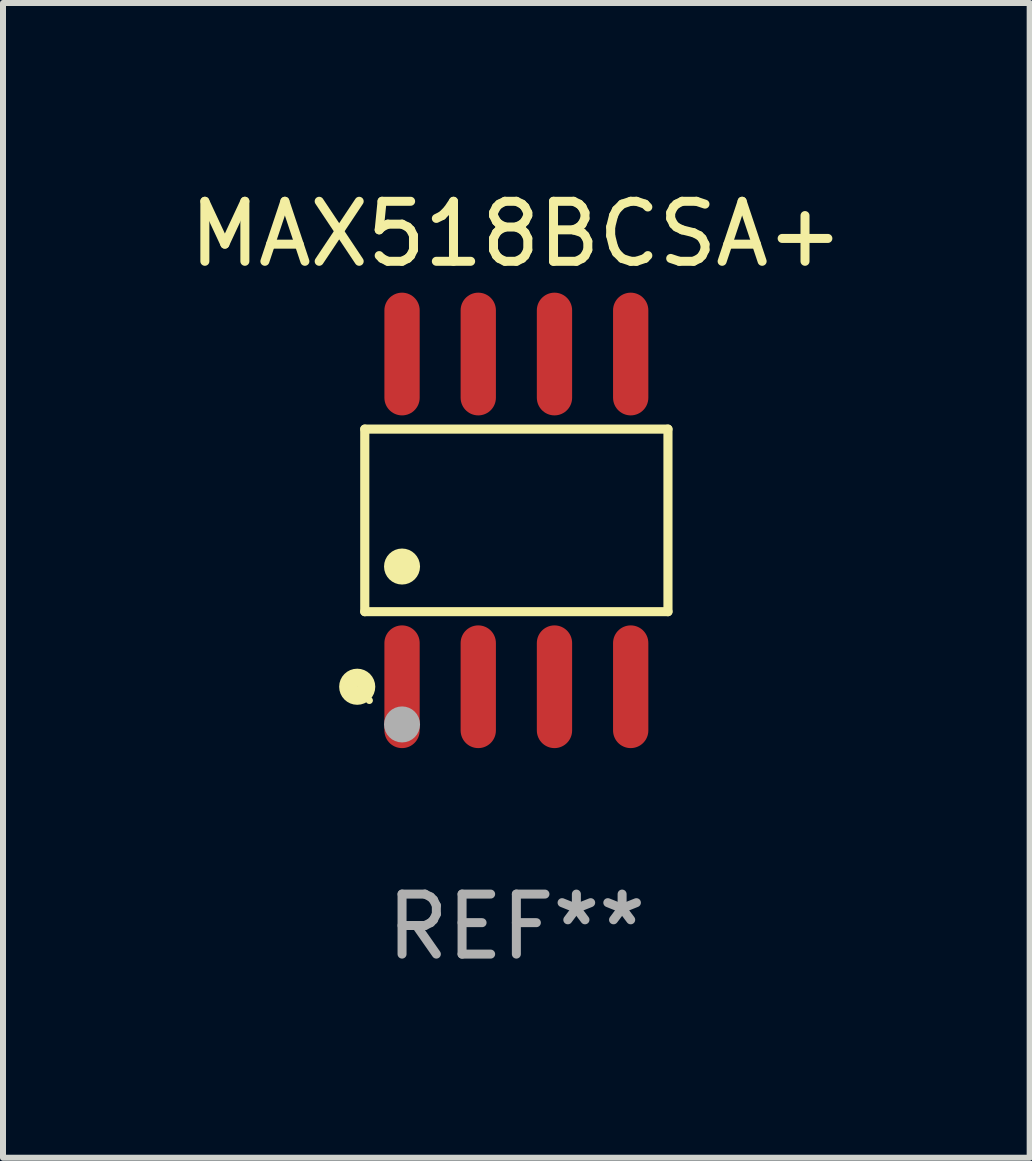
<source format=kicad_pcb>
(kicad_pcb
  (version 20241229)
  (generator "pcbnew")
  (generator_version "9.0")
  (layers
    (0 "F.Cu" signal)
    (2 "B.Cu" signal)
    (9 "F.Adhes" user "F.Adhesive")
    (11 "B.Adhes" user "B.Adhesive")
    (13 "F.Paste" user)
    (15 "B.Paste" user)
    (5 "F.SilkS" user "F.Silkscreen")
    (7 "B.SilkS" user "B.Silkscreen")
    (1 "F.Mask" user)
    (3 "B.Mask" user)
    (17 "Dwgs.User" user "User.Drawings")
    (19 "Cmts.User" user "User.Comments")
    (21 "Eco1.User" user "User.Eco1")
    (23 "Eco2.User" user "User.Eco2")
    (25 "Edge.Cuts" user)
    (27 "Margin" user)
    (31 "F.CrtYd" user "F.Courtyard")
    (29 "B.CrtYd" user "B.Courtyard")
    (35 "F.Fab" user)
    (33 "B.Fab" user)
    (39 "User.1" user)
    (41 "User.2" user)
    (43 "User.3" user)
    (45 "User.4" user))
  (footprint "MAX518BCSA+"
    (layer "F.Cu")
    (at 5.554 5.621)
    (property "Reference" "MAX518BCSA+" (at 0 -4.772 0) (layer "F.SilkS") (effects (font (size 1 1) (thickness 0.15))))
    (attr through_hole)
    (fp_line (start -2.526 -1.521) (end 2.526 -1.521) (stroke (width 0.152) (type solid)) (layer "F.SilkS"))
    (fp_line (start -2.526 1.521) (end -2.526 -1.521) (stroke (width 0.152) (type solid)) (layer "F.SilkS"))
    (fp_line (start 2.526 -1.521) (end 2.526 1.521) (stroke (width 0.152) (type solid)) (layer "F.SilkS"))
    (fp_line (start 2.526 1.521) (end -2.526 1.521) (stroke (width 0.152) (type solid)) (layer "F.SilkS"))
    (fp_circle (center -2.652 2.772) (end -2.501 2.772) (stroke (width 0.3) (type solid)) (fill no) (layer "F.SilkS"))
    (fp_circle (center -2.45 3) (end -2.42 3) (stroke (width 0.06) (type solid)) (fill no) (layer "F.SilkS"))
    (fp_circle (center -1.905 0.769) (end -1.755 0.769) (stroke (width 0.3) (type solid)) (fill no) (layer "F.SilkS"))
    (fp_circle (center -1.905 3.4) (end -1.755 3.4) (stroke (width 0.3) (type solid)) (fill no) (layer "F.Fab"))
    (fp_text user "REF**" (at 0 6.772 0) (layer "F.Fab") (effects (font (size 1 1) (thickness 0.15))))
    (pad "1" smd oval (at -1.905 2.772) (size 0.588 2.045) (layers "F.Cu" "F.Mask" "F.Paste"))
    (pad "2" smd oval (at -0.635 2.772) (size 0.588 2.045) (layers "F.Cu" "F.Mask" "F.Paste"))
    (pad "3" smd oval (at 0.635 2.772) (size 0.588 2.045) (layers "F.Cu" "F.Mask" "F.Paste"))
    (pad "4" smd oval (at 1.905 2.772) (size 0.588 2.045) (layers "F.Cu" "F.Mask" "F.Paste"))
    (pad "5" smd oval (at 1.905 -2.772) (size 0.588 2.045) (layers "F.Cu" "F.Mask" "F.Paste"))
    (pad "6" smd oval (at 0.635 -2.772) (size 0.588 2.045) (layers "F.Cu" "F.Mask" "F.Paste"))
    (pad "7" smd oval (at -0.635 -2.772) (size 0.588 2.045) (layers "F.Cu" "F.Mask" "F.Paste"))
    (pad "8" smd oval (at -1.905 -2.772) (size 0.588 2.045) (layers "F.Cu" "F.Mask" "F.Paste")))
  (gr_rect
    (start -3 -3)
    (end 14.107 16.241)
    (stroke (width 0.1) (type default))
    (fill no)
    (layer "Edge.Cuts")))
</source>
